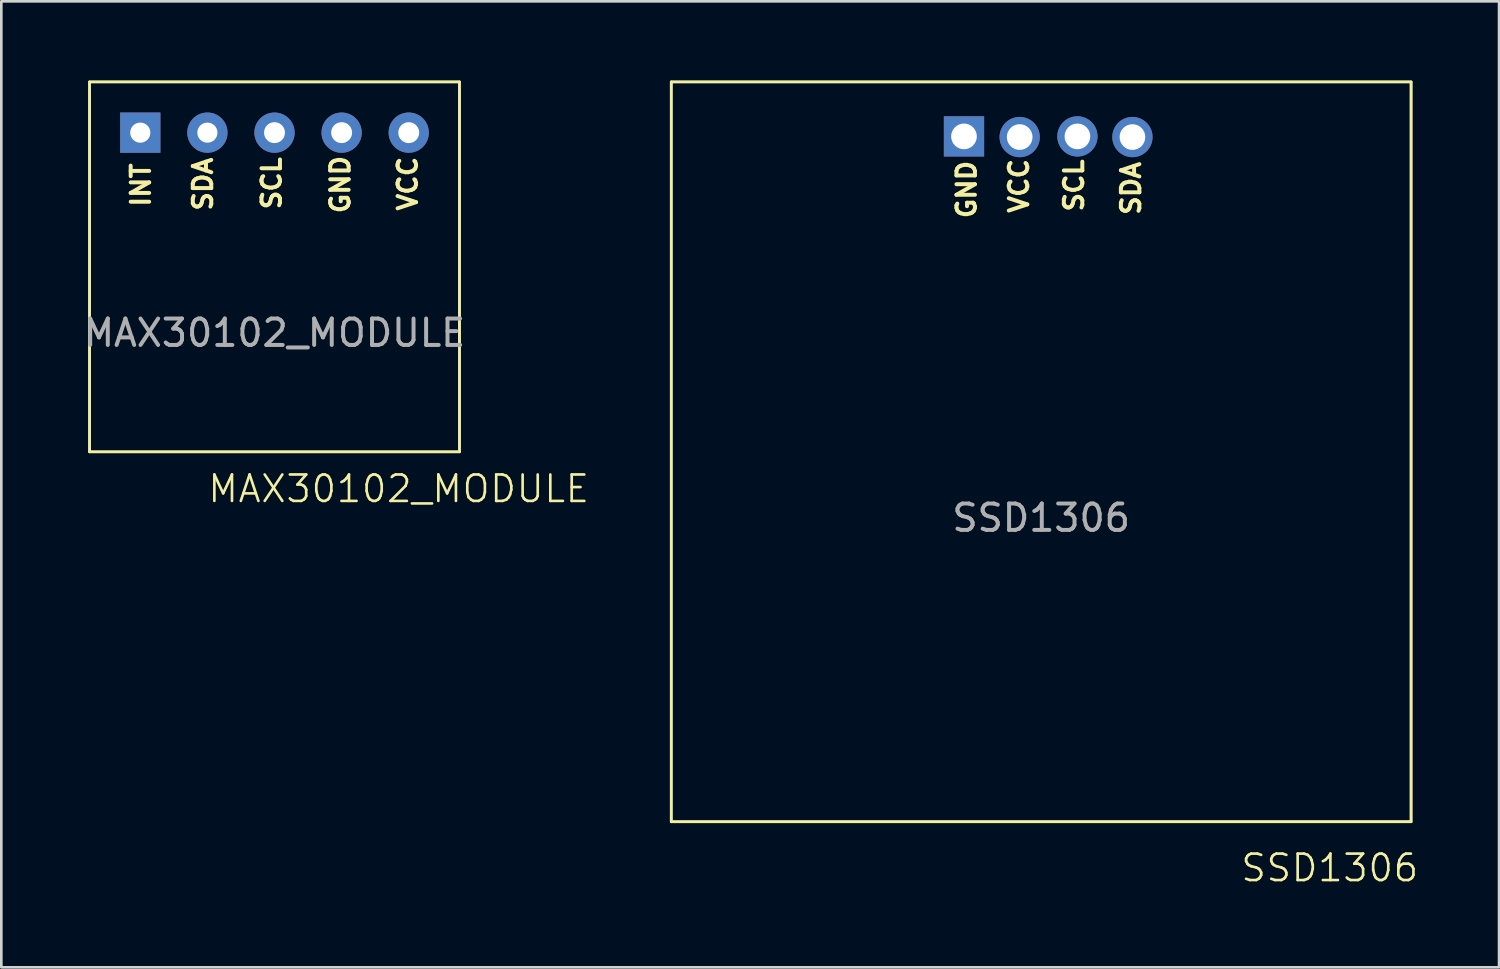
<source format=kicad_pcb>
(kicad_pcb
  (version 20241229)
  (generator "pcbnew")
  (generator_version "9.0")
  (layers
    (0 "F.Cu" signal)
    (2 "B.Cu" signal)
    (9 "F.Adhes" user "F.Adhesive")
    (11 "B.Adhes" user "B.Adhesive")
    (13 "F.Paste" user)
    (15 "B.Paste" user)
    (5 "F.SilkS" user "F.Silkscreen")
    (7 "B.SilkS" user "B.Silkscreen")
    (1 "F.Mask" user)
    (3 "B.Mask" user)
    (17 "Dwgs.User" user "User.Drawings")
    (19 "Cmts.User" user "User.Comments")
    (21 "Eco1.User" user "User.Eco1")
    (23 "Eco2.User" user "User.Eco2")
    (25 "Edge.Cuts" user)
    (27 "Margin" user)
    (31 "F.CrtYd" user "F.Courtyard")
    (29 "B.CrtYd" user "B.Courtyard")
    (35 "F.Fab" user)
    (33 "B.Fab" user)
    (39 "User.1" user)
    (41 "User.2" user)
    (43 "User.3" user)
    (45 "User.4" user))
  (footprint "MAX30102_MODULE"
    (layer "F.Cu")
    (at 7.339 7.05)
    (property "Reference" "MAX30102_MODULE" (at 4.7 8.4 0) (unlocked yes) (layer "F.SilkS") (effects (font (size 1 1) (thickness 0.1))))
    (attr smd)
    (fp_line (start -7 -7) (end 7 -7) (stroke (width 0.1) (type default)) (layer "F.SilkS"))
    (fp_line (start -7 7) (end -7 -7) (stroke (width 0.1) (type default)) (layer "F.SilkS"))
    (fp_line (start 7 -7) (end 7 7) (stroke (width 0.1) (type default)) (layer "F.SilkS"))
    (fp_line (start 7 7) (end -7 7) (stroke (width 0.1) (type default)) (layer "F.SilkS"))
    (fp_rect (start -7 -7) (end 7 7) (stroke (width 0.1) (type default)) (fill no) (layer "F.SilkS"))
    (fp_text user "SDA" (at -2.3 -2.05 90) (unlocked yes) (layer "F.SilkS") (effects (font (size 0.7 0.7) (thickness 0.15) (bold yes)) (justify left bottom)))
    (fp_text user "GND" (at 2.9 -1.95 90) (unlocked yes) (layer "F.SilkS") (effects (font (size 0.7 0.7) (thickness 0.15) (bold yes)) (justify left bottom)))
    (fp_text user "VCC" (at 5.45 -2.05 90) (unlocked yes) (layer "F.SilkS") (effects (font (size 0.7 0.7) (thickness 0.15) (bold yes)) (justify left bottom)))
    (fp_text user "INT" (at -4.65 -2.2 90) (unlocked yes) (layer "F.SilkS") (effects (font (size 0.7 0.7) (thickness 0.15) (bold yes)) (justify left bottom)))
    (fp_text user "SCL" (at 0.3 -2.1 90) (unlocked yes) (layer "F.SilkS") (effects (font (size 0.7 0.7) (thickness 0.15) (bold yes)) (justify left bottom)))
    (fp_text user "${REFERENCE}" (at 0 2.5 0) (unlocked yes) (layer "F.Fab") (effects (font (size 1 1) (thickness 0.15))))
    (pad "1" thru_hole rect (at -5.08 -5.08) (size 1.524 1.524) (drill 0.762) (layers "*.Cu" "*.Mask"))
    (pad "2" thru_hole circle (at -2.54 -5.08) (size 1.524 1.524) (drill 0.762) (layers "*.Cu" "*.Mask"))
    (pad "3" thru_hole circle (at 0 -5.08) (size 1.524 1.524) (drill 0.792) (layers "*.Cu" "*.Mask"))
    (pad "4" thru_hole circle (at 2.54 -5.08) (size 1.524 1.524) (drill 0.792) (layers "*.Cu" "*.Mask"))
    (pad "5" thru_hole circle (at 5.08 -5.08) (size 1.524 1.524) (drill 0.792) (layers "*.Cu" "*.Mask"))
    (zone (net_name "") (layer "F.SilkS") (hatch edge 0.5) (connect_pads) (min_thickness 0.25) (filled_areas_thickness no) (keepout (tracks allowed) (vias allowed) (pads not_allowed) (copperpour allowed) (footprints not_allowed)) (placement (enabled no)) (fill) (polygon (pts (xy 0.339 0.05) (xy 14.339 0.05) (xy 14.339 14.05) (xy 0.339 14.05)))))
  (footprint "SSD1306"
    (layer "F.Cu")
    (at 36.354 14.05)
    (property "Reference" "SSD1306" (at 10.922 15.748 0) (unlocked yes) (layer "F.SilkS") (effects (font (size 1 1) (thickness 0.1))))
    (attr smd)
    (fp_line (start -14 -14) (end 14 -14) (stroke (width 0.1) (type default)) (layer "F.SilkS"))
    (fp_line (start -14 14) (end -14 -14) (stroke (width 0.1) (type default)) (layer "F.SilkS"))
    (fp_line (start 14 -14) (end 14 14) (stroke (width 0.1) (type default)) (layer "F.SilkS"))
    (fp_line (start 14 14) (end -14 14) (stroke (width 0.1) (type default)) (layer "F.SilkS"))
    (fp_rect (start -14 -14) (end 14 14) (stroke (width 0.1) (type default)) (fill no) (layer "F.SilkS"))
    (fp_text user "SCL" (at 1.651 -9.017 90) (unlocked yes) (layer "F.SilkS") (effects (font (size 0.7 0.7) (thickness 0.15) (bold yes)) (justify left bottom)))
    (fp_text user "GND" (at -2.413 -8.763 90) (unlocked yes) (layer "F.SilkS") (effects (font (size 0.7 0.7) (thickness 0.15) (bold yes)) (justify left bottom)))
    (fp_text user "VCC" (at -0.432 -8.966 90) (unlocked yes) (layer "F.SilkS") (effects (font (size 0.7 0.7) (thickness 0.15) (bold yes)) (justify left bottom)))
    (fp_text user "SDA" (at 3.81 -8.89 90) (unlocked yes) (layer "F.SilkS") (effects (font (size 0.7 0.7) (thickness 0.15) (bold yes)) (justify left bottom)))
    (fp_text user "${REFERENCE}" (at 0 2.5 0) (unlocked yes) (layer "F.Fab") (effects (font (size 1 1) (thickness 0.15))))
    (pad "1" thru_hole rect (at -2.921 -11.938) (size 1.524 1.524) (drill 0.972) (layers "*.Cu" "*.Mask"))
    (pad "2" thru_hole circle (at -0.813 -11.913) (size 1.524 1.524) (drill 0.972) (layers "*.Cu" "*.Mask"))
    (pad "3" thru_hole circle (at 1.372 -11.938) (size 1.524 1.524) (drill 0.972) (layers "*.Cu" "*.Mask"))
    (pad "4" thru_hole circle (at 3.454 -11.913) (size 1.524 1.524) (drill 0.972) (layers "*.Cu" "*.Mask"))
    (zone (net_name "") (layer "F.SilkS") (hatch edge 0.5) (connect_pads) (min_thickness 0.25) (filled_areas_thickness no) (keepout (tracks allowed) (vias allowed) (pads not_allowed) (copperpour allowed) (footprints not_allowed)) (placement (enabled no)) (fill) (polygon (pts (xy 22.354 0.05) (xy 50.354 0.05) (xy 50.354 28.05) (xy 22.354 28.05)))))
  (gr_rect
    (start -3 -3)
    (end 53.683 33.559)
    (stroke (width 0.1) (type default))
    (fill no)
    (layer "Edge.Cuts")))
</source>
